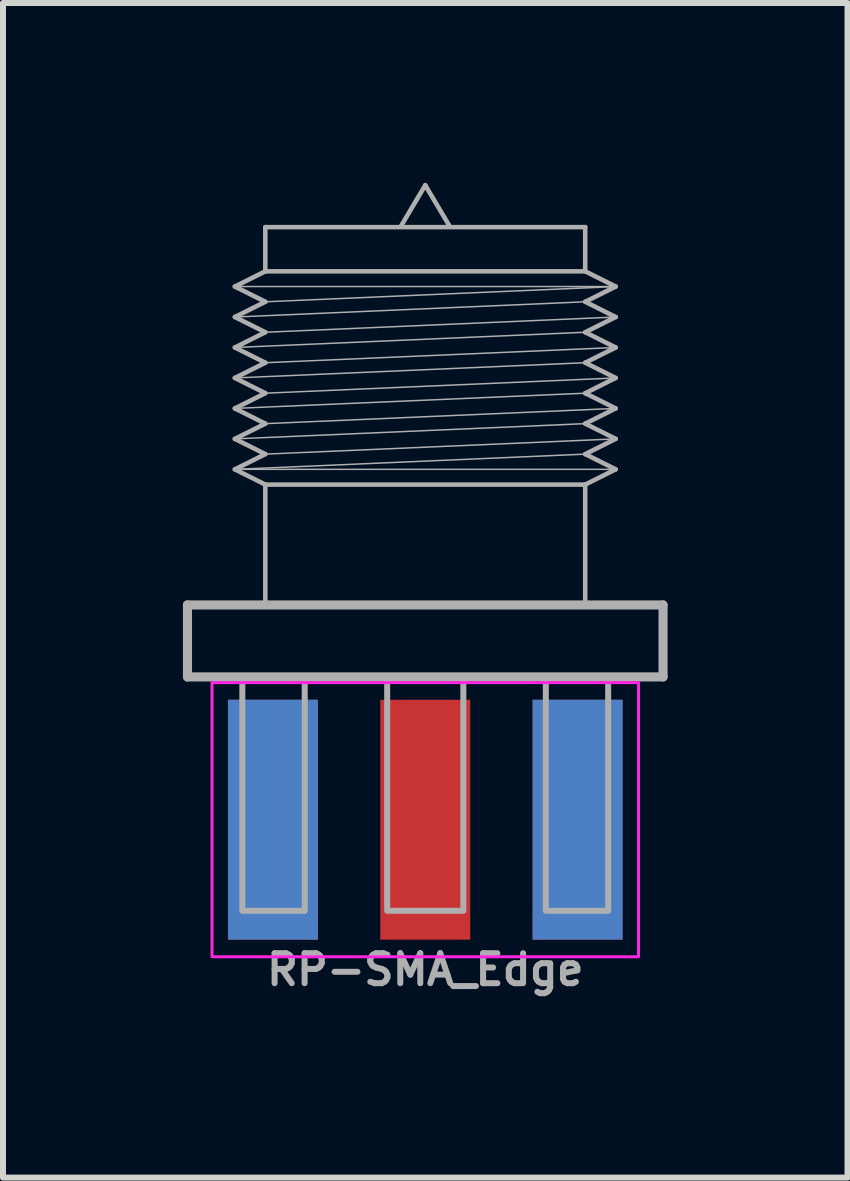
<source format=kicad_pcb>
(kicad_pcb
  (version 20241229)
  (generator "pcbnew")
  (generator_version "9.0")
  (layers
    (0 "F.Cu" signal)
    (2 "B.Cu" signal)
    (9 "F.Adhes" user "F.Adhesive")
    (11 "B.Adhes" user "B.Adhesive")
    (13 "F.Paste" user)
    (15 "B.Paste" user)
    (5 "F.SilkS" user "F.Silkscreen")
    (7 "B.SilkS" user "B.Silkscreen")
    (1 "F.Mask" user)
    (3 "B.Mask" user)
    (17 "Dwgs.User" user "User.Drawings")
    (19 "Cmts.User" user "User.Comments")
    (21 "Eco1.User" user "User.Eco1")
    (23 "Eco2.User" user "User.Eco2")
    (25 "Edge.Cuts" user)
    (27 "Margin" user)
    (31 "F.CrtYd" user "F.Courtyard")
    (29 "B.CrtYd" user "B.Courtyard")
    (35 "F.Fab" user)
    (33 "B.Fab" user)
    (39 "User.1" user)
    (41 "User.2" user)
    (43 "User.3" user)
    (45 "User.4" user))
  (footprint "RP-SMA_Edge"
    (layer "F.Cu")
    (at 4.041 10.618)
    (property "Reference" "RP-SMA_Edge" (at 0 2.5 0) (layer "F.Fab") (effects (font (size 0.5 0.5) (thickness 0.1) (bold yes))))
    (attr through_hole)
    (fp_rect (start -3.556 -2.286) (end 3.556 2.286) (stroke (width 0.05) (type default)) (fill no) (layer "F.CrtYd"))
    (fp_line (start -3.965 -3.581) (end 3.965 -3.581) (stroke (width 0.152) (type solid)) (layer "F.Fab"))
    (fp_line (start -3.965 -2.381) (end -3.965 -3.581) (stroke (width 0.152) (type solid)) (layer "F.Fab"))
    (fp_line (start -3.175 -8.89) (end -2.667 -9.144) (stroke (width 0.076) (type solid)) (layer "F.Fab"))
    (fp_line (start -3.175 -8.382) (end -2.667 -8.636) (stroke (width 0.076) (type solid)) (layer "F.Fab"))
    (fp_line (start -3.175 -8.382) (end 2.667 -8.636) (stroke (width 0.025) (type solid)) (layer "F.Fab"))
    (fp_line (start -3.175 -7.874) (end -2.667 -8.128) (stroke (width 0.076) (type solid)) (layer "F.Fab"))
    (fp_line (start -3.175 -7.874) (end -2.667 -7.62) (stroke (width 0.076) (type solid)) (layer "F.Fab"))
    (fp_line (start -3.175 -7.874) (end 2.667 -8.128) (stroke (width 0.025) (type solid)) (layer "F.Fab"))
    (fp_line (start -3.175 -7.366) (end -2.667 -7.62) (stroke (width 0.076) (type solid)) (layer "F.Fab"))
    (fp_line (start -3.175 -7.366) (end 2.667 -7.62) (stroke (width 0.025) (type solid)) (layer "F.Fab"))
    (fp_line (start -3.175 -6.858) (end -2.667 -7.112) (stroke (width 0.076) (type solid)) (layer "F.Fab"))
    (fp_line (start -3.175 -6.858) (end 2.667 -7.112) (stroke (width 0.025) (type solid)) (layer "F.Fab"))
    (fp_line (start -3.175 -6.35) (end -2.667 -6.604) (stroke (width 0.076) (type solid)) (layer "F.Fab"))
    (fp_line (start -3.175 -6.35) (end 2.667 -6.604) (stroke (width 0.025) (type solid)) (layer "F.Fab"))
    (fp_line (start -3.175 -5.842) (end -2.667 -6.096) (stroke (width 0.076) (type solid)) (layer "F.Fab"))
    (fp_line (start -3.175 -5.842) (end 2.667 -6.096) (stroke (width 0.025) (type solid)) (layer "F.Fab"))
    (fp_line (start -3.175 -5.842) (end 3.175 -5.842) (stroke (width 0.025) (type solid)) (layer "F.Fab"))
    (fp_line (start -2.667 -9.881) (end 2.667 -9.881) (stroke (width 0.076) (type solid)) (layer "F.Fab"))
    (fp_line (start -2.667 -9.144) (end -2.667 -9.881) (stroke (width 0.076) (type solid)) (layer "F.Fab"))
    (fp_line (start -2.667 -9.144) (end 2.667 -9.144) (stroke (width 0.076) (type solid)) (layer "F.Fab"))
    (fp_line (start -2.667 -8.636) (end -3.175 -8.89) (stroke (width 0.076) (type solid)) (layer "F.Fab"))
    (fp_line (start -2.667 -8.636) (end 3.175 -8.89) (stroke (width 0.025) (type solid)) (layer "F.Fab"))
    (fp_line (start -2.667 -8.128) (end -3.175 -8.382) (stroke (width 0.076) (type solid)) (layer "F.Fab"))
    (fp_line (start -2.667 -8.128) (end 3.175 -8.382) (stroke (width 0.025) (type solid)) (layer "F.Fab"))
    (fp_line (start -2.667 -7.62) (end 3.175 -7.874) (stroke (width 0.025) (type solid)) (layer "F.Fab"))
    (fp_line (start -2.667 -7.112) (end -3.175 -7.366) (stroke (width 0.076) (type solid)) (layer "F.Fab"))
    (fp_line (start -2.667 -7.112) (end 3.175 -7.366) (stroke (width 0.025) (type solid)) (layer "F.Fab"))
    (fp_line (start -2.667 -6.604) (end -3.175 -6.858) (stroke (width 0.076) (type solid)) (layer "F.Fab"))
    (fp_line (start -2.667 -6.604) (end 3.175 -6.858) (stroke (width 0.025) (type solid)) (layer "F.Fab"))
    (fp_line (start -2.667 -6.096) (end -3.175 -6.35) (stroke (width 0.076) (type solid)) (layer "F.Fab"))
    (fp_line (start -2.667 -6.096) (end 3.175 -6.35) (stroke (width 0.025) (type solid)) (layer "F.Fab"))
    (fp_line (start -2.667 -5.588) (end -3.175 -5.842) (stroke (width 0.076) (type solid)) (layer "F.Fab"))
    (fp_line (start -2.667 -5.588) (end 2.667 -5.588) (stroke (width 0.076) (type solid)) (layer "F.Fab"))
    (fp_line (start -2.667 -3.581) (end -2.667 -5.588) (stroke (width 0.076) (type solid)) (layer "F.Fab"))
    (fp_line (start -0.4 -9.906) (end 0 -10.58) (stroke (width 0.076) (type solid)) (layer "F.Fab"))
    (fp_line (start 0 -10.58) (end 0.4 -9.906) (stroke (width 0.076) (type solid)) (layer "F.Fab"))
    (fp_line (start 2.667 -9.881) (end 2.667 -9.144) (stroke (width 0.076) (type solid)) (layer "F.Fab"))
    (fp_line (start 2.667 -9.144) (end 3.175 -8.89) (stroke (width 0.076) (type solid)) (layer "F.Fab"))
    (fp_line (start 2.667 -8.636) (end 3.175 -8.382) (stroke (width 0.076) (type solid)) (layer "F.Fab"))
    (fp_line (start 2.667 -8.128) (end 3.175 -7.874) (stroke (width 0.076) (type solid)) (layer "F.Fab"))
    (fp_line (start 2.667 -7.62) (end 3.175 -7.366) (stroke (width 0.076) (type solid)) (layer "F.Fab"))
    (fp_line (start 2.667 -7.112) (end 3.175 -6.858) (stroke (width 0.076) (type solid)) (layer "F.Fab"))
    (fp_line (start 2.667 -6.604) (end 3.175 -6.35) (stroke (width 0.076) (type solid)) (layer "F.Fab"))
    (fp_line (start 2.667 -6.096) (end 3.175 -5.842) (stroke (width 0.076) (type solid)) (layer "F.Fab"))
    (fp_line (start 2.667 -5.588) (end 2.667 -3.556) (stroke (width 0.076) (type solid)) (layer "F.Fab"))
    (fp_line (start 3.175 -8.89) (end -3.175 -8.89) (stroke (width 0.025) (type solid)) (layer "F.Fab"))
    (fp_line (start 3.175 -8.89) (end 2.667 -8.636) (stroke (width 0.076) (type solid)) (layer "F.Fab"))
    (fp_line (start 3.175 -8.382) (end 2.667 -8.128) (stroke (width 0.076) (type solid)) (layer "F.Fab"))
    (fp_line (start 3.175 -7.874) (end 2.667 -7.62) (stroke (width 0.076) (type solid)) (layer "F.Fab"))
    (fp_line (start 3.175 -7.366) (end 2.667 -7.112) (stroke (width 0.076) (type solid)) (layer "F.Fab"))
    (fp_line (start 3.175 -6.858) (end 2.667 -6.604) (stroke (width 0.076) (type solid)) (layer "F.Fab"))
    (fp_line (start 3.175 -6.35) (end 2.667 -6.096) (stroke (width 0.076) (type solid)) (layer "F.Fab"))
    (fp_line (start 3.175 -5.842) (end 2.667 -5.588) (stroke (width 0.076) (type solid)) (layer "F.Fab"))
    (fp_line (start 3.965 -3.581) (end 3.965 -2.381) (stroke (width 0.152) (type solid)) (layer "F.Fab"))
    (fp_line (start 3.965 -2.381) (end -3.965 -2.381) (stroke (width 0.152) (type solid)) (layer "F.Fab"))
    (fp_poly (pts (xy -3.05 1.519) (xy -2.01 1.519) (xy -2.01 -2.381) (xy -3.05 -2.381)) (stroke (width 0.1) (type default)) (fill no) (layer "F.Fab"))
    (fp_poly (pts (xy -0.635 1.519) (xy 0.635 1.519) (xy 0.635 -2.381) (xy -0.635 -2.381)) (stroke (width 0.1) (type default)) (fill no) (layer "F.Fab"))
    (fp_poly (pts (xy 2.01 1.519) (xy 3.05 1.519) (xy 3.05 -2.381) (xy 2.01 -2.381)) (stroke (width 0.1) (type default)) (fill no) (layer "F.Fab"))
    (pad "1" smd rect (at 0 0) (size 1.5 4) (layers "F.Cu" "F.Mask"))
    (pad "2" smd rect (at -2.54 0) (size 1.5 4) (layers "F.Cu" "F.Mask"))
    (pad "2" smd rect (at -2.54 0) (size 1.5 4) (layers "B.Cu" "B.Mask"))
    (pad "2" smd rect (at 2.54 0) (size 1.5 4) (layers "F.Cu" "F.Mask"))
    (pad "2" smd rect (at 2.54 0) (size 1.5 4) (layers "B.Cu" "B.Mask")))
  (gr_rect
    (start -3 -3)
    (end 11.082 16.586)
    (stroke (width 0.1) (type default))
    (fill no)
    (layer "Edge.Cuts")))
</source>
